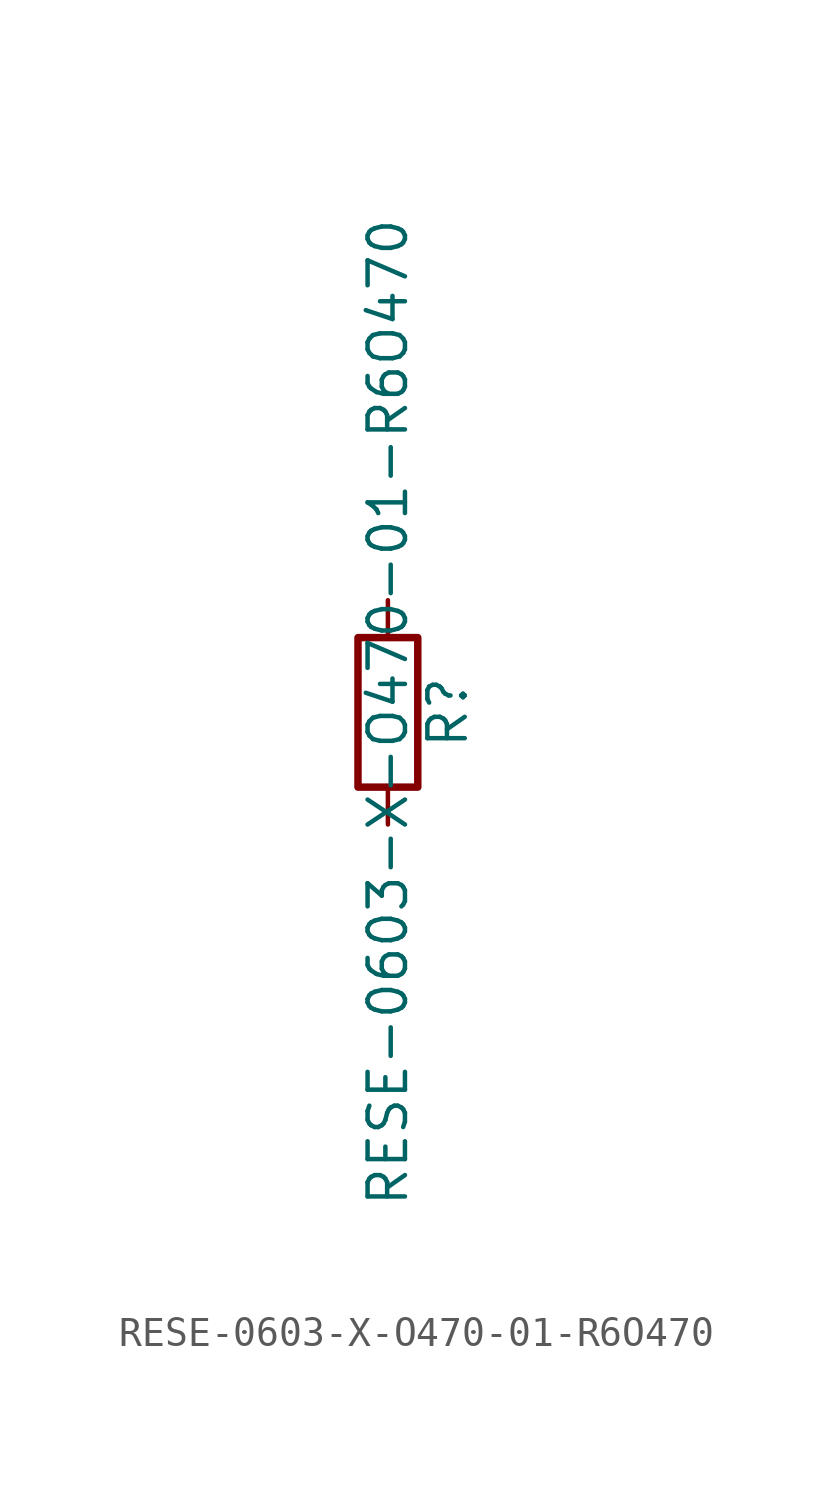
<source format=kicad_sym>
(kicad_symbol_lib
  (version 20211014)
  (generator kicad_symbol_editor)
  (symbol "RESE-0603-X-O470-01-R6O470"
    (pin_numbers hide)
    (pin_names
      (offset 0))
    (property "Reference" "R"
      (at 2.032 0 90)
      (effects (font (size 1.27 1.27))))
    (property "Value" "RESE-0603-X-O470-01-R6O470"
      (at 0 0 90)
      (effects (font (size 1.27 1.27))))
    (symbol "RESE-0603-X-O470-01-R6O470_0_1"
      (rectangle (start -1.016 -2.54) (end 1.016 2.54) (stroke (width 0.254) (type default) (color 0 0 0 0)) (fill (type none))))
    (symbol "RESE-0603-X-O470-01-R6O470_1_1"
      (pin passive line (at 0 3.81 270) (length 1.27) (name "~" (effects (font (size 1.27 1.27)))) (number "1" (effects (font (size 1.27 1.27)))))
      (pin passive line (at 0 -3.81 90) (length 1.27) (name "~" (effects (font (size 1.27 1.27)))) (number "2" (effects (font (size 1.27 1.27))))))))
</source>
